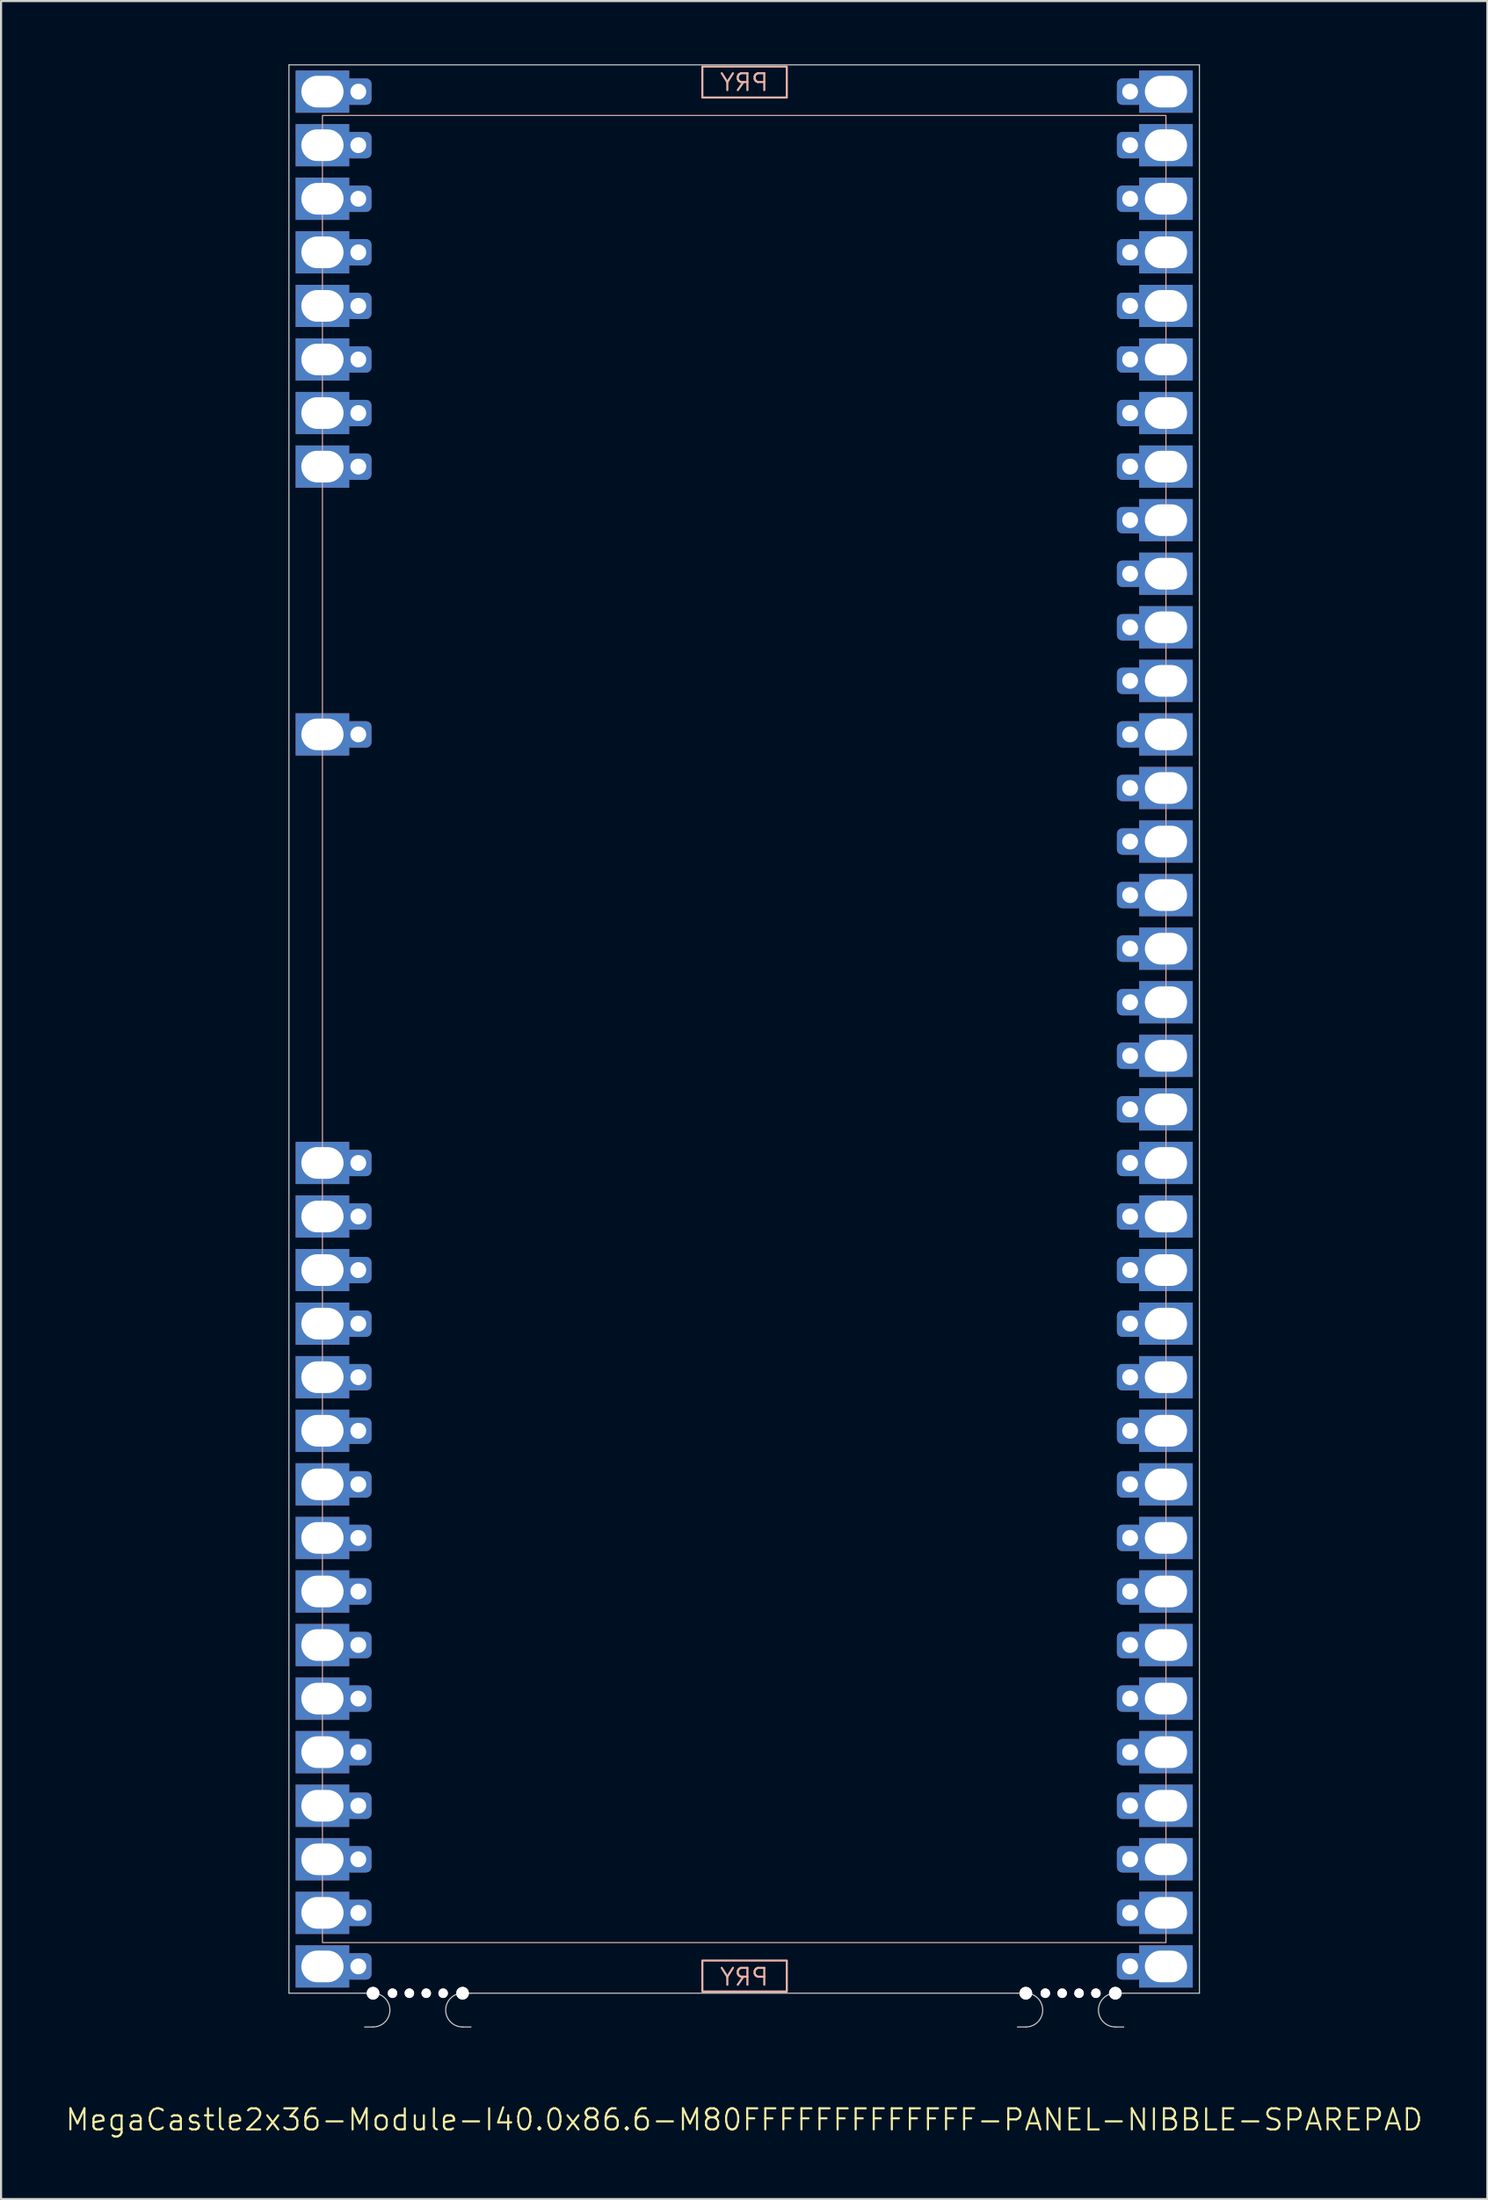
<source format=kicad_pcb>
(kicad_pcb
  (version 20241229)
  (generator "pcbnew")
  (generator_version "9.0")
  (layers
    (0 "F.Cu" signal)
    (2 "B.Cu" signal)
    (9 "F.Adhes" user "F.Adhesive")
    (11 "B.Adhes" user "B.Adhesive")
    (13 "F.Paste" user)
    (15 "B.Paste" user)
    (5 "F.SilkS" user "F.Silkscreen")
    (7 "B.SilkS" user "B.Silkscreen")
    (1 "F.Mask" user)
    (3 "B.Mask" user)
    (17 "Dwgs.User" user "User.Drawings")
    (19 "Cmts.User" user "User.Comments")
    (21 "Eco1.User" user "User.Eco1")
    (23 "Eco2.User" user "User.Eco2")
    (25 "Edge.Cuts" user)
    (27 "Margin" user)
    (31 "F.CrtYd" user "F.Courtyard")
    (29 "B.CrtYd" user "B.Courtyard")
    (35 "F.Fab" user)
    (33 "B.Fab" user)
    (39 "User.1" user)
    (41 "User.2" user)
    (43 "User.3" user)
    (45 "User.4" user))
  (footprint "MegaCastle2x36-Module-I40.0x86.6-M80FFFFFFFFFFFFF-PANEL-NIBBLE-SPAREPAD"
    (layer "F.Cu")
    (at 32.24 45.745)
    (property "Reference" "MegaCastle2x36-Module-I40.0x86.6-M80FFFFFFFFFFFFF-PANEL-NIBBLE-SPAREPAD" (at 0 51.72 0) (unlocked yes) (layer "F.SilkS") (effects (font (size 1 1) (thickness 0.1))))
    (attr smd)
    (fp_rect (start -20 43.32) (end 20 -43.32) (stroke (width 0.05) (type default)) (fill no) (layer "B.SilkS"))
    (fp_rect (start -1.984 -44.171) (end 2.02 -45.64) (stroke (width 0.1) (type default)) (fill no) (layer "B.SilkS"))
    (fp_rect (start -1.984 44.171) (end 2.02 45.64) (stroke (width 0.1) (type default)) (fill no) (layer "B.SilkS"))
    (fp_line (start -21.587 -45.72) (end -21.587 45.72) (stroke (width 0.05) (type default)) (layer "Edge.Cuts"))
    (fp_line (start -21.587 -45.72) (end 21.587 -45.72) (stroke (width 0.05) (type default)) (layer "Edge.Cuts"))
    (fp_line (start -21.587 45.72) (end -18 45.72) (stroke (width 0.05) (type default)) (layer "Edge.Cuts"))
    (fp_line (start -18 45.72) (end -17.6 45.72) (stroke (width 0.05) (type default)) (layer "Edge.Cuts"))
    (fp_line (start -18 47.32) (end -17.6 47.32) (stroke (width 0.05) (type default)) (layer "Edge.Cuts"))
    (fp_line (start -12.955 45.72) (end -13.355 45.72) (stroke (width 0.05) (type default)) (layer "Edge.Cuts"))
    (fp_line (start -12.955 45.72) (end 12.955 45.72) (stroke (width 0.05) (type default)) (layer "Edge.Cuts"))
    (fp_line (start -12.955 47.32) (end -13.355 47.32) (stroke (width 0.05) (type default)) (layer "Edge.Cuts"))
    (fp_line (start 12.955 45.72) (end 13.355 45.72) (stroke (width 0.05) (type default)) (layer "Edge.Cuts"))
    (fp_line (start 12.955 47.32) (end 13.355 47.32) (stroke (width 0.05) (type default)) (layer "Edge.Cuts"))
    (fp_line (start 18 45.72) (end 17.6 45.72) (stroke (width 0.05) (type default)) (layer "Edge.Cuts"))
    (fp_line (start 18 45.72) (end 21.587 45.72) (stroke (width 0.05) (type default)) (layer "Edge.Cuts"))
    (fp_line (start 18 47.32) (end 17.6 47.32) (stroke (width 0.05) (type default)) (layer "Edge.Cuts"))
    (fp_line (start 21.587 -45.72) (end 21.587 45.72) (stroke (width 0.05) (type default)) (layer "Edge.Cuts"))
    (fp_arc (start -17.6 45.720001) (mid -16.799999 46.52) (end -17.6 47.32) (stroke (width 0.05) (type default)) (layer "Edge.Cuts"))
    (fp_arc (start -13.355 47.32) (mid -14.154999 46.520001) (end -13.355 45.720001) (stroke (width 0.05) (type default)) (layer "Edge.Cuts"))
    (fp_arc (start 13.355001 45.720001) (mid 14.155002 46.52) (end 13.355001 47.32) (stroke (width 0.05) (type default)) (layer "Edge.Cuts"))
    (fp_arc (start 17.600002 47.32) (mid 16.8 46.52) (end 17.600002 45.720001) (stroke (width 0.05) (type default)) (layer "Edge.Cuts"))
    (fp_text user "PRY" (at 0 -44.42 0) (unlocked yes) (layer "B.SilkS") (effects (font (size 0.8 0.8) (thickness 0.1)) (justify bottom mirror)))
    (fp_text user "PRY" (at 0 45.42 0) (unlocked yes) (layer "B.SilkS") (effects (font (size 0.8 0.8) (thickness 0.1)) (justify bottom mirror)))
    (pad "" np_thru_hole circle (at -17.6 45.72) (size 0.6 0.6) (drill 0.6) (layers "*.Cu" "Edge.Cuts"))
    (pad "" np_thru_hole circle (at -16.677 45.72) (size 0.45 0.45) (drill 0.45) (layers "*.Cu" "Edge.Cuts"))
    (pad "" np_thru_hole circle (at -15.878 45.72) (size 0.45 0.45) (drill 0.45) (layers "*.Cu" "Edge.Cuts"))
    (pad "" np_thru_hole circle (at -15.078 45.72) (size 0.45 0.45) (drill 0.45) (layers "*.Cu" "Edge.Cuts"))
    (pad "" np_thru_hole circle (at -14.277 45.72) (size 0.45 0.45) (drill 0.45) (layers "*.Cu" "Edge.Cuts"))
    (pad "" np_thru_hole circle (at -13.355 45.72) (size 0.6 0.6) (drill 0.6) (layers "*.Cu" "Edge.Cuts"))
    (pad "" np_thru_hole circle (at 13.355 45.72) (size 0.6 0.6) (drill 0.6) (layers "*.Cu" "Edge.Cuts"))
    (pad "" np_thru_hole circle (at 14.278 45.72) (size 0.45 0.45) (drill 0.45) (layers "*.Cu" "Edge.Cuts"))
    (pad "" np_thru_hole circle (at 15.078 45.72) (size 0.45 0.45) (drill 0.45) (layers "*.Cu" "Edge.Cuts"))
    (pad "" np_thru_hole circle (at 15.878 45.72) (size 0.45 0.45) (drill 0.45) (layers "*.Cu" "Edge.Cuts"))
    (pad "" np_thru_hole circle (at 16.678 45.72) (size 0.45 0.45) (drill 0.45) (layers "*.Cu" "Edge.Cuts"))
    (pad "" np_thru_hole circle (at 17.6 45.72) (size 0.6 0.6) (drill 0.6) (layers "*.Cu" "Edge.Cuts"))
    (pad "1" thru_hole rect (at -20 -44.45) (size 2.54 2) (drill oval 2 1.5) (property pad_prop_castellated) (layers "*.Cu" "*.Mask"))
    (pad "1" thru_hole roundrect (at -18.3 -44.45 180) (size 1.25 1.25) (drill 0.75) (layers "*.Cu" "*.Mask") (roundrect_rratio 0.2))
    (pad "2" thru_hole rect (at -20 -41.91) (size 2.54 2) (drill oval 2 1.5) (property pad_prop_castellated) (layers "*.Cu" "*.Mask"))
    (pad "2" thru_hole roundrect (at -18.3 -41.91 180) (size 1.25 1.25) (drill 0.75) (layers "*.Cu" "*.Mask") (roundrect_rratio 0.2))
    (pad "3" thru_hole rect (at -20 -39.37) (size 2.54 2) (drill oval 2 1.5) (property pad_prop_castellated) (layers "*.Cu" "*.Mask"))
    (pad "3" thru_hole roundrect (at -18.3 -39.37 180) (size 1.25 1.25) (drill 0.75) (layers "*.Cu" "*.Mask") (roundrect_rratio 0.2))
    (pad "4" thru_hole rect (at -20 -36.83) (size 2.54 2) (drill oval 2 1.5) (property pad_prop_castellated) (layers "*.Cu" "*.Mask"))
    (pad "4" thru_hole roundrect (at -18.3 -36.83 180) (size 1.25 1.25) (drill 0.75) (layers "*.Cu" "*.Mask") (roundrect_rratio 0.2))
    (pad "5" thru_hole rect (at -20 -34.29) (size 2.54 2) (drill oval 2 1.5) (property pad_prop_castellated) (layers "*.Cu" "*.Mask"))
    (pad "5" thru_hole roundrect (at -18.3 -34.29 180) (size 1.25 1.25) (drill 0.75) (layers "*.Cu" "*.Mask") (roundrect_rratio 0.2))
    (pad "6" thru_hole rect (at -20 -31.75) (size 2.54 2) (drill oval 2 1.5) (property pad_prop_castellated) (layers "*.Cu" "*.Mask"))
    (pad "6" thru_hole roundrect (at -18.3 -31.75 180) (size 1.25 1.25) (drill 0.75) (layers "*.Cu" "*.Mask") (roundrect_rratio 0.2))
    (pad "7" thru_hole rect (at -20 -29.21) (size 2.54 2) (drill oval 2 1.5) (property pad_prop_castellated) (layers "*.Cu" "*.Mask"))
    (pad "7" thru_hole roundrect (at -18.3 -29.21 180) (size 1.25 1.25) (drill 0.75) (layers "*.Cu" "*.Mask") (roundrect_rratio 0.2))
    (pad "8" thru_hole rect (at -20 -26.67) (size 2.54 2) (drill oval 2 1.5) (property pad_prop_castellated) (layers "*.Cu" "*.Mask"))
    (pad "8" thru_hole roundrect (at -18.3 -26.67 180) (size 1.25 1.25) (drill 0.75) (layers "*.Cu" "*.Mask") (roundrect_rratio 0.2))
    (pad "13" thru_hole rect (at -20 -13.97) (size 2.54 2) (drill oval 2 1.5) (property pad_prop_castellated) (layers "*.Cu" "*.Mask"))
    (pad "13" thru_hole roundrect (at -18.3 -13.97 180) (size 1.25 1.25) (drill 0.75) (layers "*.Cu" "*.Mask") (roundrect_rratio 0.2))
    (pad "21" thru_hole rect (at -20 6.35) (size 2.54 2) (drill oval 2 1.5) (property pad_prop_castellated) (layers "*.Cu" "*.Mask"))
    (pad "21" thru_hole roundrect (at -18.3 6.35 180) (size 1.25 1.25) (drill 0.75) (layers "*.Cu" "*.Mask") (roundrect_rratio 0.2))
    (pad "22" thru_hole rect (at -20 8.89) (size 2.54 2) (drill oval 2 1.5) (property pad_prop_castellated) (layers "*.Cu" "*.Mask"))
    (pad "22" thru_hole roundrect (at -18.3 8.89 180) (size 1.25 1.25) (drill 0.75) (layers "*.Cu" "*.Mask") (roundrect_rratio 0.2))
    (pad "23" thru_hole rect (at -20 11.43) (size 2.54 2) (drill oval 2 1.5) (property pad_prop_castellated) (layers "*.Cu" "*.Mask"))
    (pad "23" thru_hole roundrect (at -18.3 11.43 180) (size 1.25 1.25) (drill 0.75) (layers "*.Cu" "*.Mask") (roundrect_rratio 0.2))
    (pad "24" thru_hole rect (at -20 13.97) (size 2.54 2) (drill oval 2 1.5) (property pad_prop_castellated) (layers "*.Cu" "*.Mask"))
    (pad "24" thru_hole roundrect (at -18.3 13.97 180) (size 1.25 1.25) (drill 0.75) (layers "*.Cu" "*.Mask") (roundrect_rratio 0.2))
    (pad "25" thru_hole rect (at -20 16.51) (size 2.54 2) (drill oval 2 1.5) (property pad_prop_castellated) (layers "*.Cu" "*.Mask"))
    (pad "25" thru_hole roundrect (at -18.3 16.51 180) (size 1.25 1.25) (drill 0.75) (layers "*.Cu" "*.Mask") (roundrect_rratio 0.2))
    (pad "26" thru_hole rect (at -20 19.05) (size 2.54 2) (drill oval 2 1.5) (property pad_prop_castellated) (layers "*.Cu" "*.Mask"))
    (pad "26" thru_hole roundrect (at -18.3 19.05 180) (size 1.25 1.25) (drill 0.75) (layers "*.Cu" "*.Mask") (roundrect_rratio 0.2))
    (pad "27" thru_hole rect (at -20 21.59) (size 2.54 2) (drill oval 2 1.5) (property pad_prop_castellated) (layers "*.Cu" "*.Mask"))
    (pad "27" thru_hole roundrect (at -18.3 21.59 180) (size 1.25 1.25) (drill 0.75) (layers "*.Cu" "*.Mask") (roundrect_rratio 0.2))
    (pad "28" thru_hole rect (at -20 24.13) (size 2.54 2) (drill oval 2 1.5) (property pad_prop_castellated) (layers "*.Cu" "*.Mask"))
    (pad "28" thru_hole roundrect (at -18.3 24.13 180) (size 1.25 1.25) (drill 0.75) (layers "*.Cu" "*.Mask") (roundrect_rratio 0.2))
    (pad "29" thru_hole rect (at -20 26.67) (size 2.54 2) (drill oval 2 1.5) (property pad_prop_castellated) (layers "*.Cu" "*.Mask"))
    (pad "29" thru_hole roundrect (at -18.3 26.67 180) (size 1.25 1.25) (drill 0.75) (layers "*.Cu" "*.Mask") (roundrect_rratio 0.2))
    (pad "30" thru_hole rect (at -20 29.21) (size 2.54 2) (drill oval 2 1.5) (property pad_prop_castellated) (layers "*.Cu" "*.Mask"))
    (pad "30" thru_hole roundrect (at -18.3 29.21 180) (size 1.25 1.25) (drill 0.75) (layers "*.Cu" "*.Mask") (roundrect_rratio 0.2))
    (pad "31" thru_hole rect (at -20 31.75) (size 2.54 2) (drill oval 2 1.5) (property pad_prop_castellated) (layers "*.Cu" "*.Mask"))
    (pad "31" thru_hole roundrect (at -18.3 31.75 180) (size 1.25 1.25) (drill 0.75) (layers "*.Cu" "*.Mask") (roundrect_rratio 0.2))
    (pad "32" thru_hole rect (at -20 34.29) (size 2.54 2) (drill oval 2 1.5) (property pad_prop_castellated) (layers "*.Cu" "*.Mask"))
    (pad "32" thru_hole roundrect (at -18.3 34.29 180) (size 1.25 1.25) (drill 0.75) (layers "*.Cu" "*.Mask") (roundrect_rratio 0.2))
    (pad "33" thru_hole rect (at -20 36.83) (size 2.54 2) (drill oval 2 1.5) (property pad_prop_castellated) (layers "*.Cu" "*.Mask"))
    (pad "33" thru_hole roundrect (at -18.3 36.83 180) (size 1.25 1.25) (drill 0.75) (layers "*.Cu" "*.Mask") (roundrect_rratio 0.2))
    (pad "34" thru_hole rect (at -20 39.37) (size 2.54 2) (drill oval 2 1.5) (property pad_prop_castellated) (layers "*.Cu" "*.Mask"))
    (pad "34" thru_hole roundrect (at -18.3 39.37 180) (size 1.25 1.25) (drill 0.75) (layers "*.Cu" "*.Mask") (roundrect_rratio 0.2))
    (pad "35" thru_hole rect (at -20 41.91) (size 2.54 2) (drill oval 2 1.5) (property pad_prop_castellated) (layers "*.Cu" "*.Mask"))
    (pad "35" thru_hole roundrect (at -18.3 41.91 180) (size 1.25 1.25) (drill 0.75) (layers "*.Cu" "*.Mask") (roundrect_rratio 0.2))
    (pad "36" thru_hole rect (at -20 44.45) (size 2.54 2) (drill oval 2 1.5) (property pad_prop_castellated) (layers "*.Cu" "*.Mask"))
    (pad "36" thru_hole roundrect (at -18.3 44.45 180) (size 1.25 1.25) (drill 0.75) (layers "*.Cu" "*.Mask") (roundrect_rratio 0.2))
    (pad "37" thru_hole roundrect (at 18.3 -44.45 180) (size 1.25 1.25) (drill 0.75) (layers "*.Cu" "*.Mask") (roundrect_rratio 0.2))
    (pad "37" thru_hole rect (at 20 -44.45) (size 2.54 2) (drill oval 2 1.5) (property pad_prop_castellated) (layers "*.Cu" "*.Mask"))
    (pad "38" thru_hole roundrect (at 18.3 -41.91 180) (size 1.25 1.25) (drill 0.75) (layers "*.Cu" "*.Mask") (roundrect_rratio 0.2))
    (pad "38" thru_hole rect (at 20 -41.91) (size 2.54 2) (drill oval 2 1.5) (property pad_prop_castellated) (layers "*.Cu" "*.Mask"))
    (pad "39" thru_hole roundrect (at 18.3 -39.37 180) (size 1.25 1.25) (drill 0.75) (layers "*.Cu" "*.Mask") (roundrect_rratio 0.2))
    (pad "39" thru_hole rect (at 20 -39.37) (size 2.54 2) (drill oval 2 1.5) (property pad_prop_castellated) (layers "*.Cu" "*.Mask"))
    (pad "40" thru_hole roundrect (at 18.3 -36.83 180) (size 1.25 1.25) (drill 0.75) (layers "*.Cu" "*.Mask") (roundrect_rratio 0.2))
    (pad "40" thru_hole rect (at 20 -36.83) (size 2.54 2) (drill oval 2 1.5) (property pad_prop_castellated) (layers "*.Cu" "*.Mask"))
    (pad "41" thru_hole roundrect (at 18.3 -34.29 180) (size 1.25 1.25) (drill 0.75) (layers "*.Cu" "*.Mask") (roundrect_rratio 0.2))
    (pad "41" thru_hole rect (at 20 -34.29) (size 2.54 2) (drill oval 2 1.5) (property pad_prop_castellated) (layers "*.Cu" "*.Mask"))
    (pad "42" thru_hole roundrect (at 18.3 -31.75 180) (size 1.25 1.25) (drill 0.75) (layers "*.Cu" "*.Mask") (roundrect_rratio 0.2))
    (pad "42" thru_hole rect (at 20 -31.75) (size 2.54 2) (drill oval 2 1.5) (property pad_prop_castellated) (layers "*.Cu" "*.Mask"))
    (pad "43" thru_hole roundrect (at 18.3 -29.21 180) (size 1.25 1.25) (drill 0.75) (layers "*.Cu" "*.Mask") (roundrect_rratio 0.2))
    (pad "43" thru_hole rect (at 20 -29.21) (size 2.54 2) (drill oval 2 1.5) (property pad_prop_castellated) (layers "*.Cu" "*.Mask"))
    (pad "44" thru_hole roundrect (at 18.3 -26.67 180) (size 1.25 1.25) (drill 0.75) (layers "*.Cu" "*.Mask") (roundrect_rratio 0.2))
    (pad "44" thru_hole rect (at 20 -26.67) (size 2.54 2) (drill oval 2 1.5) (property pad_prop_castellated) (layers "*.Cu" "*.Mask"))
    (pad "45" thru_hole roundrect (at 18.3 -24.13 180) (size 1.25 1.25) (drill 0.75) (layers "*.Cu" "*.Mask") (roundrect_rratio 0.2))
    (pad "45" thru_hole rect (at 20 -24.13) (size 2.54 2) (drill oval 2 1.5) (property pad_prop_castellated) (layers "*.Cu" "*.Mask"))
    (pad "46" thru_hole roundrect (at 18.3 -21.59 180) (size 1.25 1.25) (drill 0.75) (layers "*.Cu" "*.Mask") (roundrect_rratio 0.2))
    (pad "46" thru_hole rect (at 20 -21.59) (size 2.54 2) (drill oval 2 1.5) (property pad_prop_castellated) (layers "*.Cu" "*.Mask"))
    (pad "47" thru_hole roundrect (at 18.3 -19.05 180) (size 1.25 1.25) (drill 0.75) (layers "*.Cu" "*.Mask") (roundrect_rratio 0.2))
    (pad "47" thru_hole rect (at 20 -19.05) (size 2.54 2) (drill oval 2 1.5) (property pad_prop_castellated) (layers "*.Cu" "*.Mask"))
    (pad "48" thru_hole roundrect (at 18.3 -16.51 180) (size 1.25 1.25) (drill 0.75) (layers "*.Cu" "*.Mask") (roundrect_rratio 0.2))
    (pad "48" thru_hole rect (at 20 -16.51) (size 2.54 2) (drill oval 2 1.5) (property pad_prop_castellated) (layers "*.Cu" "*.Mask"))
    (pad "49" thru_hole roundrect (at 18.3 -13.97 180) (size 1.25 1.25) (drill 0.75) (layers "*.Cu" "*.Mask") (roundrect_rratio 0.2))
    (pad "49" thru_hole rect (at 20 -13.97) (size 2.54 2) (drill oval 2 1.5) (property pad_prop_castellated) (layers "*.Cu" "*.Mask"))
    (pad "50" thru_hole roundrect (at 18.3 -11.43 180) (size 1.25 1.25) (drill 0.75) (layers "*.Cu" "*.Mask") (roundrect_rratio 0.2))
    (pad "50" thru_hole rect (at 20 -11.43) (size 2.54 2) (drill oval 2 1.5) (property pad_prop_castellated) (layers "*.Cu" "*.Mask"))
    (pad "51" thru_hole roundrect (at 18.3 -8.89 180) (size 1.25 1.25) (drill 0.75) (layers "*.Cu" "*.Mask") (roundrect_rratio 0.2))
    (pad "51" thru_hole rect (at 20 -8.89) (size 2.54 2) (drill oval 2 1.5) (property pad_prop_castellated) (layers "*.Cu" "*.Mask"))
    (pad "52" thru_hole roundrect (at 18.3 -6.35 180) (size 1.25 1.25) (drill 0.75) (layers "*.Cu" "*.Mask") (roundrect_rratio 0.2))
    (pad "52" thru_hole rect (at 20 -6.35) (size 2.54 2) (drill oval 2 1.5) (property pad_prop_castellated) (layers "*.Cu" "*.Mask"))
    (pad "53" thru_hole roundrect (at 18.3 -3.81 180) (size 1.25 1.25) (drill 0.75) (layers "*.Cu" "*.Mask") (roundrect_rratio 0.2))
    (pad "53" thru_hole rect (at 20 -3.81) (size 2.54 2) (drill oval 2 1.5) (property pad_prop_castellated) (layers "*.Cu" "*.Mask"))
    (pad "54" thru_hole roundrect (at 18.3 -1.27 180) (size 1.25 1.25) (drill 0.75) (layers "*.Cu" "*.Mask") (roundrect_rratio 0.2))
    (pad "54" thru_hole rect (at 20 -1.27) (size 2.54 2) (drill oval 2 1.5) (property pad_prop_castellated) (layers "*.Cu" "*.Mask"))
    (pad "55" thru_hole roundrect (at 18.3 1.27 180) (size 1.25 1.25) (drill 0.75) (layers "*.Cu" "*.Mask") (roundrect_rratio 0.2))
    (pad "55" thru_hole rect (at 20 1.27) (size 2.54 2) (drill oval 2 1.5) (property pad_prop_castellated) (layers "*.Cu" "*.Mask"))
    (pad "56" thru_hole roundrect (at 18.3 3.81 180) (size 1.25 1.25) (drill 0.75) (layers "*.Cu" "*.Mask") (roundrect_rratio 0.2))
    (pad "56" thru_hole rect (at 20 3.81) (size 2.54 2) (drill oval 2 1.5) (property pad_prop_castellated) (layers "*.Cu" "*.Mask"))
    (pad "57" thru_hole roundrect (at 18.3 6.35 180) (size 1.25 1.25) (drill 0.75) (layers "*.Cu" "*.Mask") (roundrect_rratio 0.2))
    (pad "57" thru_hole rect (at 20 6.35) (size 2.54 2) (drill oval 2 1.5) (property pad_prop_castellated) (layers "*.Cu" "*.Mask"))
    (pad "58" thru_hole roundrect (at 18.3 8.89 180) (size 1.25 1.25) (drill 0.75) (layers "*.Cu" "*.Mask") (roundrect_rratio 0.2))
    (pad "58" thru_hole rect (at 20 8.89) (size 2.54 2) (drill oval 2 1.5) (property pad_prop_castellated) (layers "*.Cu" "*.Mask"))
    (pad "59" thru_hole roundrect (at 18.3 11.43 180) (size 1.25 1.25) (drill 0.75) (layers "*.Cu" "*.Mask") (roundrect_rratio 0.2))
    (pad "59" thru_hole rect (at 20 11.43) (size 2.54 2) (drill oval 2 1.5) (property pad_prop_castellated) (layers "*.Cu" "*.Mask"))
    (pad "60" thru_hole roundrect (at 18.3 13.97 180) (size 1.25 1.25) (drill 0.75) (layers "*.Cu" "*.Mask") (roundrect_rratio 0.2))
    (pad "60" thru_hole rect (at 20 13.97) (size 2.54 2) (drill oval 2 1.5) (property pad_prop_castellated) (layers "*.Cu" "*.Mask"))
    (pad "61" thru_hole roundrect (at 18.3 16.51 180) (size 1.25 1.25) (drill 0.75) (layers "*.Cu" "*.Mask") (roundrect_rratio 0.2))
    (pad "61" thru_hole rect (at 20 16.51) (size 2.54 2) (drill oval 2 1.5) (property pad_prop_castellated) (layers "*.Cu" "*.Mask"))
    (pad "62" thru_hole roundrect (at 18.3 19.05 180) (size 1.25 1.25) (drill 0.75) (layers "*.Cu" "*.Mask") (roundrect_rratio 0.2))
    (pad "62" thru_hole rect (at 20 19.05) (size 2.54 2) (drill oval 2 1.5) (property pad_prop_castellated) (layers "*.Cu" "*.Mask"))
    (pad "63" thru_hole roundrect (at 18.3 21.59 180) (size 1.25 1.25) (drill 0.75) (layers "*.Cu" "*.Mask") (roundrect_rratio 0.2))
    (pad "63" thru_hole rect (at 20 21.59) (size 2.54 2) (drill oval 2 1.5) (property pad_prop_castellated) (layers "*.Cu" "*.Mask"))
    (pad "64" thru_hole roundrect (at 18.3 24.13 180) (size 1.25 1.25) (drill 0.75) (layers "*.Cu" "*.Mask") (roundrect_rratio 0.2))
    (pad "64" thru_hole rect (at 20 24.13) (size 2.54 2) (drill oval 2 1.5) (property pad_prop_castellated) (layers "*.Cu" "*.Mask"))
    (pad "65" thru_hole roundrect (at 18.3 26.67 180) (size 1.25 1.25) (drill 0.75) (layers "*.Cu" "*.Mask") (roundrect_rratio 0.2))
    (pad "65" thru_hole rect (at 20 26.67) (size 2.54 2) (drill oval 2 1.5) (property pad_prop_castellated) (layers "*.Cu" "*.Mask"))
    (pad "66" thru_hole roundrect (at 18.3 29.21 180) (size 1.25 1.25) (drill 0.75) (layers "*.Cu" "*.Mask") (roundrect_rratio 0.2))
    (pad "66" thru_hole rect (at 20 29.21) (size 2.54 2) (drill oval 2 1.5) (property pad_prop_castellated) (layers "*.Cu" "*.Mask"))
    (pad "67" thru_hole roundrect (at 18.3 31.75 180) (size 1.25 1.25) (drill 0.75) (layers "*.Cu" "*.Mask") (roundrect_rratio 0.2))
    (pad "67" thru_hole rect (at 20 31.75) (size 2.54 2) (drill oval 2 1.5) (property pad_prop_castellated) (layers "*.Cu" "*.Mask"))
    (pad "68" thru_hole roundrect (at 18.3 34.29 180) (size 1.25 1.25) (drill 0.75) (layers "*.Cu" "*.Mask") (roundrect_rratio 0.2))
    (pad "68" thru_hole rect (at 20 34.29) (size 2.54 2) (drill oval 2 1.5) (property pad_prop_castellated) (layers "*.Cu" "*.Mask"))
    (pad "69" thru_hole roundrect (at 18.3 36.83 180) (size 1.25 1.25) (drill 0.75) (layers "*.Cu" "*.Mask") (roundrect_rratio 0.2))
    (pad "69" thru_hole rect (at 20 36.83) (size 2.54 2) (drill oval 2 1.5) (property pad_prop_castellated) (layers "*.Cu" "*.Mask"))
    (pad "70" thru_hole roundrect (at 18.3 39.37 180) (size 1.25 1.25) (drill 0.75) (layers "*.Cu" "*.Mask") (roundrect_rratio 0.2))
    (pad "70" thru_hole rect (at 20 39.37) (size 2.54 2) (drill oval 2 1.5) (property pad_prop_castellated) (layers "*.Cu" "*.Mask"))
    (pad "71" thru_hole roundrect (at 18.3 41.91 180) (size 1.25 1.25) (drill 0.75) (layers "*.Cu" "*.Mask") (roundrect_rratio 0.2))
    (pad "71" thru_hole rect (at 20 41.91) (size 2.54 2) (drill oval 2 1.5) (property pad_prop_castellated) (layers "*.Cu" "*.Mask"))
    (pad "72" thru_hole roundrect (at 18.3 44.45 180) (size 1.25 1.25) (drill 0.75) (layers "*.Cu" "*.Mask") (roundrect_rratio 0.2))
    (pad "72" thru_hole rect (at 20 44.45) (size 2.54 2) (drill oval 2 1.5) (property pad_prop_castellated) (layers "*.Cu" "*.Mask"))
    (zone (net_name "") (layer "B.Cu") (hatch edge 0.5) (connect_pads) (min_thickness 0.25) (filled_areas_thickness no) (keepout (tracks allowed) (vias allowed) (pads allowed) (copperpour allowed) (footprints not_allowed)) (placement (enabled no)) (fill) (polygon (pts (xy 12.24 91.465) (xy 12.24 0.025))))
    (zone (net_name "") (layer "B.Cu") (hatch edge 0.5) (connect_pads) (min_thickness 0.25) (filled_areas_thickness no) (keepout (tracks allowed) (vias allowed) (pads allowed) (copperpour allowed) (footprints not_allowed)) (placement (enabled no)) (fill) (polygon (pts (xy 52.24 91.465) (xy 52.24 0.025))))
    (zone (net_name "") (layer "B.Cu") (hatch edge 0.5) (connect_pads) (min_thickness 0.25) (filled_areas_thickness no) (keepout (tracks allowed) (vias allowed) (pads allowed) (copperpour allowed) (footprints not_allowed)) (placement (enabled no)) (fill) (polygon (pts (xy 12.24 0.025) (xy 12.24 2.425) (xy 52.24 2.425) (xy 52.24 0.025))))
    (zone (net_name "") (layer "B.Cu") (hatch edge 0.5) (connect_pads) (min_thickness 0.25) (filled_areas_thickness no) (keepout (tracks allowed) (vias allowed) (pads allowed) (copperpour allowed) (footprints not_allowed)) (placement (enabled no)) (fill) (polygon (pts (xy 12.24 91.465) (xy 12.24 89.065) (xy 52.24 89.065) (xy 52.24 91.465))))
    (zone (net_name "") (layer "B.Cu") (name "Upper Pry Zone") (hatch edge 0.5) (connect_pads) (min_thickness 0.25) (filled_areas_thickness no) (keepout (tracks not_allowed) (vias not_allowed) (pads not_allowed) (copperpour allowed) (footprints not_allowed)) (placement (enabled no)) (fill) (polygon (pts (xy 30.256 1.574) (xy 30.256 0.105) (xy 34.26 0.105) (xy 34.26 1.574))))
    (zone (net_name "") (layer "B.Cu") (name "Upper Pry Zone") (hatch edge 0.5) (connect_pads) (min_thickness 0.25) (filled_areas_thickness no) (keepout (tracks not_allowed) (vias not_allowed) (pads not_allowed) (copperpour allowed) (footprints not_allowed)) (placement (enabled no)) (fill) (polygon (pts (xy 30.256 89.916) (xy 30.256 91.385) (xy 34.26 91.385) (xy 34.26 89.916)))))
  (gr_rect
    (start -3 -3)
    (end 67.481 101.226)
    (stroke (width 0.1) (type default))
    (fill no)
    (layer "Edge.Cuts")))
</source>
